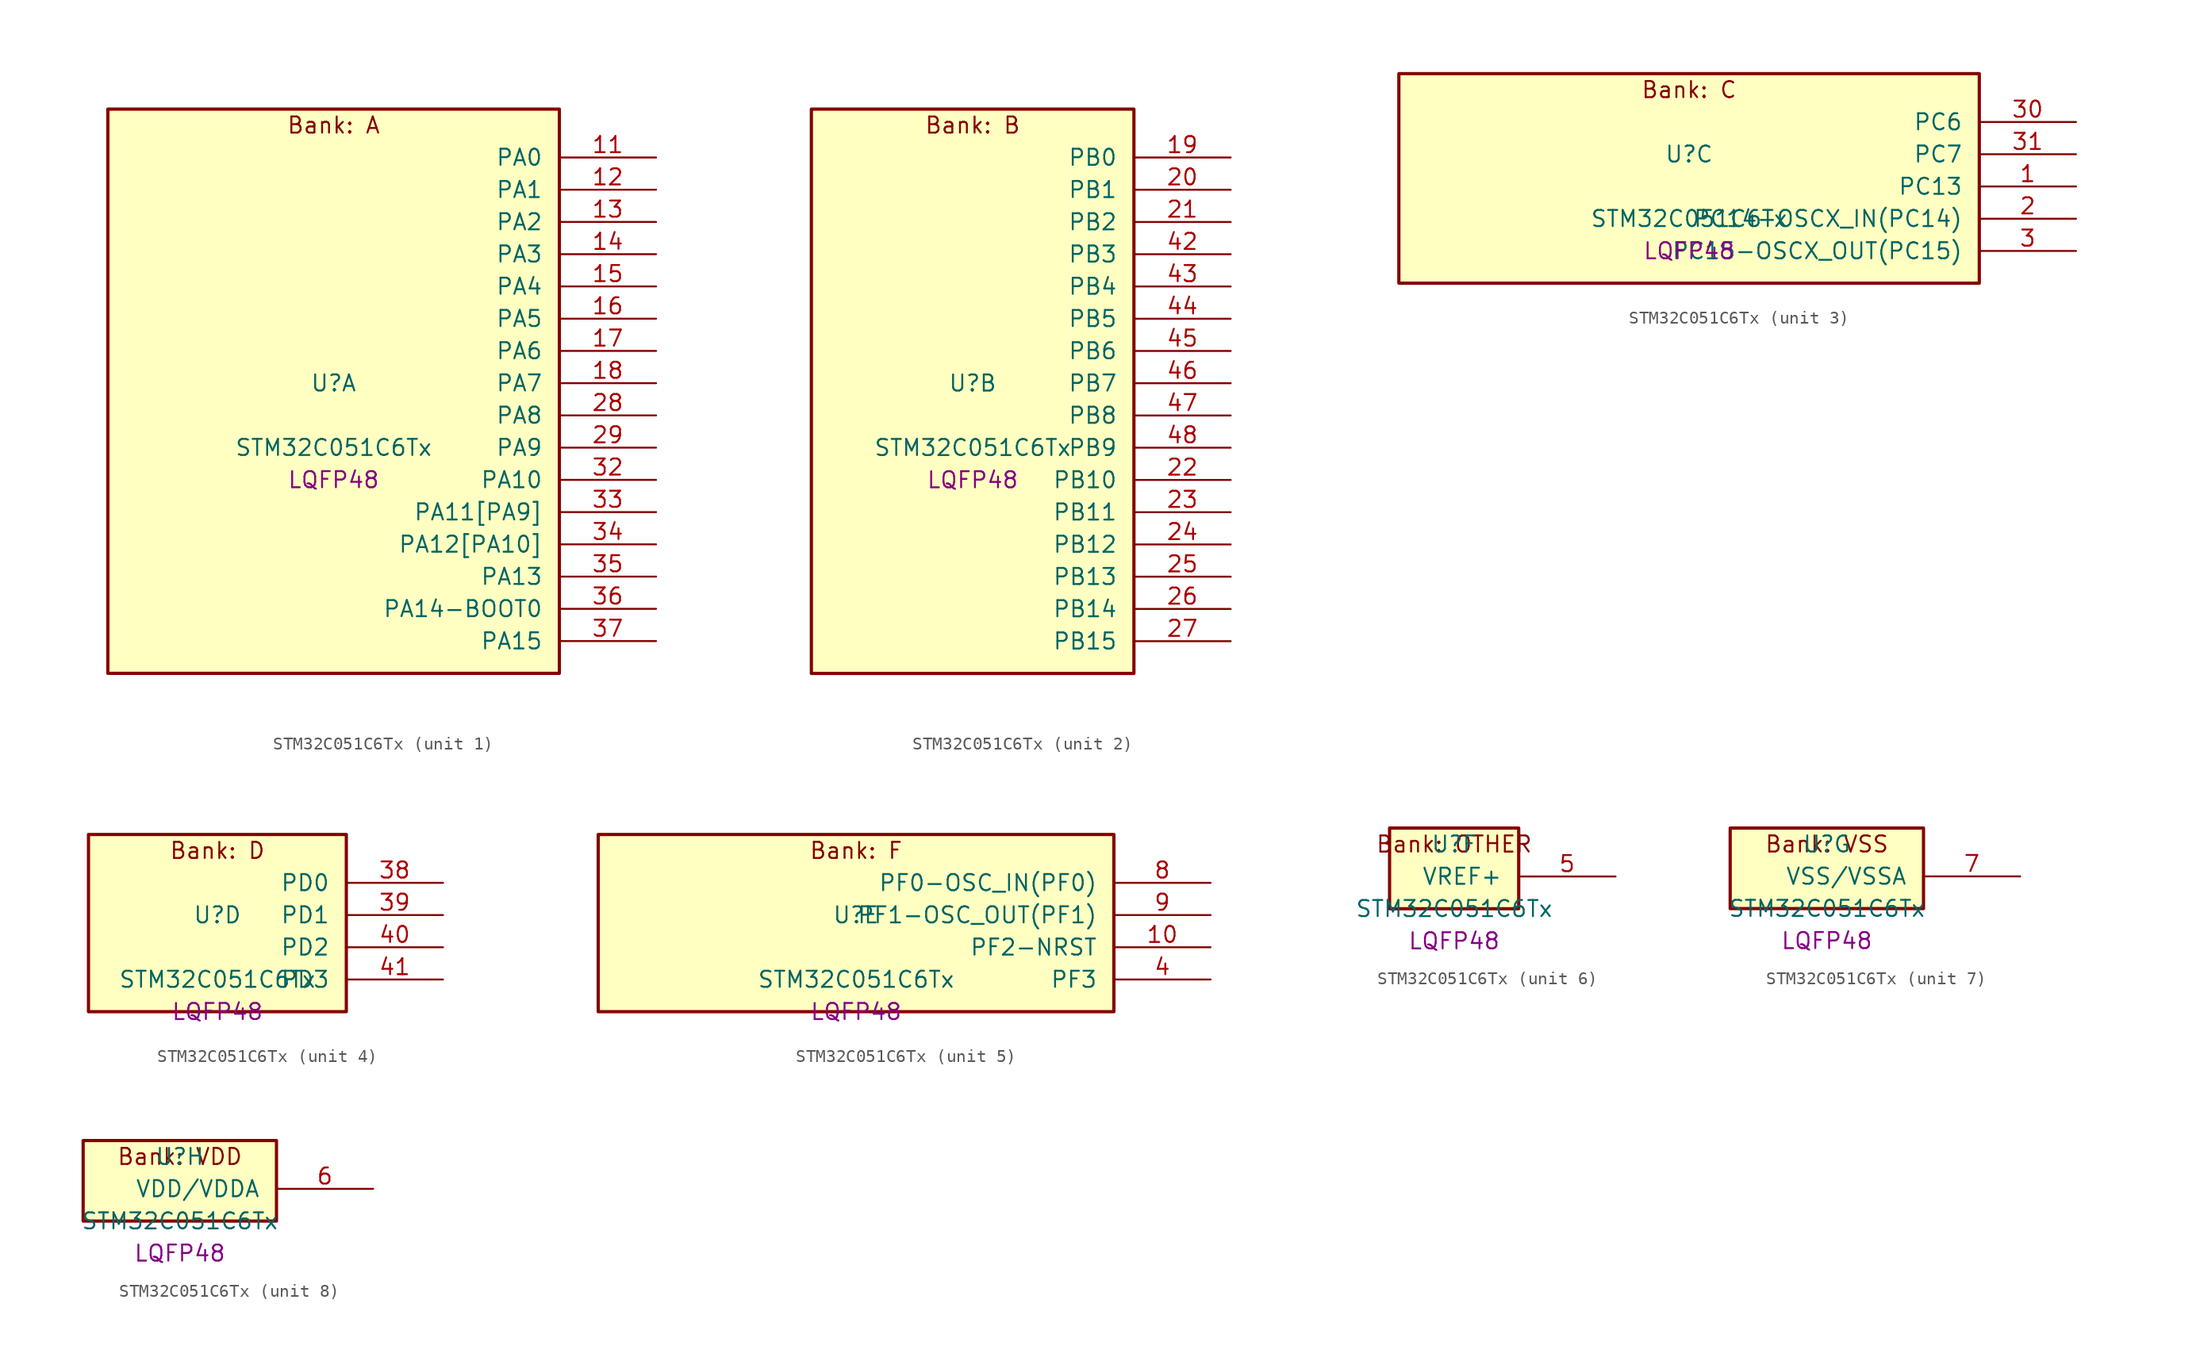
<source format=kicad_sym>
(kicad_symbol_lib
  (version 20241209)
  (generator "stm32_pkl_generator")
  (generator_version "1.0")
  (symbol "STM32C051C6Tx"
    (pin_names
      (offset 1.27))
    (property "Reference" "U"
      (at 0 2.54 0))
    (property "Value" "STM32C051C6Tx"
      (at 0 -2.54 0))
    (property "Footprint" "LQFP48"
      (at 0 -5.08 0))
    (symbol "STM32C051C6Tx_1_1"
      (rectangle (start -17.78 24.13) (end 17.78 -20.32) (stroke (width 0.254) (type solid)) (fill (type background)))
      (text "Bank: A" (at 0 22.86 0))
      (pin bidirectional line (at 25.4 20.32 180) (length 7.62) (name "PA0") (number "11") (alternate "PA0/ADC1_IN0" bidirectional line) (alternate "PA0/PWR_WKUP1" bidirectional line) (alternate "PA0/SPI2_SCK" bidirectional line) (alternate "PA0/TIM16_CH1" bidirectional line) (alternate "PA0/TIM1_CH1" bidirectional line) (alternate "PA0/TIM2_CH1" bidirectional line) (alternate "PA0/TIM2_ETR" bidirectional line) (alternate "PA0/USART1_TX" bidirectional line) (alternate "PA0/USART2_CTS" bidirectional line) (alternate "PA0/USART2_NSS" bidirectional line))
      (pin bidirectional line (at 25.4 17.78 180) (length 7.62) (name "PA1") (number "12") (alternate "PA1/ADC1_IN1" bidirectional line) (alternate "PA1/I2C1_SMBA" bidirectional line) (alternate "PA1/I2S1_CK" bidirectional line) (alternate "PA1/SPI1_SCK" bidirectional line) (alternate "PA1/TIM17_CH1" bidirectional line) (alternate "PA1/TIM1_CH2" bidirectional line) (alternate "PA1/TIM2_CH2" bidirectional line) (alternate "PA1/USART1_RX" bidirectional line) (alternate "PA1/USART2_CK" bidirectional line) (alternate "PA1/USART2_DE" bidirectional line) (alternate "PA1/USART2_RTS" bidirectional line))
      (pin bidirectional line (at 25.4 15.24 180) (length 7.62) (name "PA2") (number "13") (alternate "PA2/ADC1_IN2" bidirectional line) (alternate "PA2/I2S1_SD" bidirectional line) (alternate "PA2/PWR_WKUP4" bidirectional line) (alternate "PA2/RCC_LSCO" bidirectional line) (alternate "PA2/SPI1_MOSI" bidirectional line) (alternate "PA2/TIM16_CH1N" bidirectional line) (alternate "PA2/TIM1_CH3" bidirectional line) (alternate "PA2/TIM2_CH3" bidirectional line) (alternate "PA2/TIM3_ETR" bidirectional line) (alternate "PA2/USART2_TX" bidirectional line))
      (pin bidirectional line (at 25.4 12.7 180) (length 7.62) (name "PA3") (number "14") (alternate "PA3/ADC1_IN3" bidirectional line) (alternate "PA3/SPI2_MISO" bidirectional line) (alternate "PA3/TIM1_CH1N" bidirectional line) (alternate "PA3/TIM1_CH4" bidirectional line) (alternate "PA3/TIM2_CH4" bidirectional line) (alternate "PA3/USART2_RX" bidirectional line))
      (pin bidirectional line (at 25.4 10.16 180) (length 7.62) (name "PA4") (number "15") (alternate "PA4/ADC1_IN4" bidirectional line) (alternate "PA4/I2S1_WS" bidirectional line) (alternate "PA4/RTC_OUT2" bidirectional line) (alternate "PA4/SPI1_NSS" bidirectional line) (alternate "PA4/SPI2_MOSI" bidirectional line) (alternate "PA4/TIM14_CH1" bidirectional line) (alternate "PA4/TIM17_CH1N" bidirectional line) (alternate "PA4/TIM1_CH2N" bidirectional line) (alternate "PA4/USART2_TX" bidirectional line))
      (pin bidirectional line (at 25.4 7.62 180) (length 7.62) (name "PA5") (number "16") (alternate "PA5/ADC1_IN5" bidirectional line) (alternate "PA5/I2S1_CK" bidirectional line) (alternate "PA5/SPI1_SCK" bidirectional line) (alternate "PA5/TIM1_CH1" bidirectional line) (alternate "PA5/TIM1_CH3N" bidirectional line) (alternate "PA5/TIM2_CH1" bidirectional line) (alternate "PA5/TIM2_ETR" bidirectional line) (alternate "PA5/USART2_RX" bidirectional line))
      (pin bidirectional line (at 25.4 5.08 180) (length 7.62) (name "PA6") (number "17") (alternate "PA6/ADC1_IN6" bidirectional line) (alternate "PA6/I2C2_SDA" bidirectional line) (alternate "PA6/I2S1_MCK" bidirectional line) (alternate "PA6/SPI1_MISO" bidirectional line) (alternate "PA6/TIM16_CH1" bidirectional line) (alternate "PA6/TIM1_BKIN" bidirectional line) (alternate "PA6/TIM3_CH1" bidirectional line) (alternate "PA6/USART1_TX" bidirectional line))
      (pin bidirectional line (at 25.4 2.54 180) (length 7.62) (name "PA7") (number "18") (alternate "PA7/ADC1_IN7" bidirectional line) (alternate "PA7/I2C2_SCL" bidirectional line) (alternate "PA7/I2S1_SD" bidirectional line) (alternate "PA7/SPI1_MOSI" bidirectional line) (alternate "PA7/TIM14_CH1" bidirectional line) (alternate "PA7/TIM17_CH1" bidirectional line) (alternate "PA7/TIM1_CH1N" bidirectional line) (alternate "PA7/TIM3_CH2" bidirectional line) (alternate "PA7/USART1_RX" bidirectional line))
      (pin bidirectional line (at 25.4 0 180) (length 7.62) (name "PA8") (number "28") (alternate "PA8/ADC1_IN8" bidirectional line) (alternate "PA8/I2S1_WS" bidirectional line) (alternate "PA8/RCC_MCO" bidirectional line) (alternate "PA8/RCC_MCO_2" bidirectional line) (alternate "PA8/SPI1_NSS" bidirectional line) (alternate "PA8/SPI2_MISO" bidirectional line) (alternate "PA8/SPI2_NSS" bidirectional line) (alternate "PA8/TIM14_CH1" bidirectional line) (alternate "PA8/TIM1_CH1" bidirectional line) (alternate "PA8/TIM1_CH2N" bidirectional line) (alternate "PA8/TIM1_CH3N" bidirectional line) (alternate "PA8/TIM3_CH3" bidirectional line) (alternate "PA8/TIM3_CH4" bidirectional line) (alternate "PA8/USART1_RX" bidirectional line) (alternate "PA8/USART2_TX" bidirectional line))
      (pin bidirectional line (at 25.4 -2.54 180) (length 7.62) (name "PA9") (number "29") (alternate "PA9/I2C1_SCL" bidirectional line) (alternate "PA9/I2C2_SCL" bidirectional line) (alternate "PA9/RCC_MCO" bidirectional line) (alternate "PA9/SPI2_MISO" bidirectional line) (alternate "PA9/TIM1_CH2" bidirectional line) (alternate "PA9/TIM3_ETR" bidirectional line) (alternate "PA9/USART1_TX" bidirectional line) (alternate "PA9/NC" bidirectional line))
      (pin bidirectional line (at 25.4 -5.08 180) (length 7.62) (name "PA10") (number "32") (alternate "PA10/I2C1_SDA" bidirectional line) (alternate "PA10/I2C2_SDA" bidirectional line) (alternate "PA10/RCC_MCO_2" bidirectional line) (alternate "PA10/SPI2_MOSI" bidirectional line) (alternate "PA10/TIM17_BKIN" bidirectional line) (alternate "PA10/TIM1_CH3" bidirectional line) (alternate "PA10/USART1_RX" bidirectional line) (alternate "PA10/NC" bidirectional line))
      (pin bidirectional line (at 25.4 -7.62 180) (length 7.62) (name "PA11[PA9]") (number "33") (alternate "PA11[PA9]/ADC1_EXTI11" bidirectional line) (alternate "PA11[PA9]/ADC1_IN11" bidirectional line) (alternate "PA11[PA9]/I2C2_SCL" bidirectional line) (alternate "PA11[PA9]/I2S1_MCK" bidirectional line) (alternate "PA11[PA9]/SPI1_MISO" bidirectional line) (alternate "PA11[PA9]/TIM1_BKIN2" bidirectional line) (alternate "PA11[PA9]/TIM1_CH4" bidirectional line) (alternate "PA11[PA9]/USART1_CTS" bidirectional line) (alternate "PA11[PA9]/USART1_NSS" bidirectional line) (alternate "PA11[PA9]/PA9[PA11]" bidirectional line) (alternate "PA11[PA9]/I2C1_SCL" bidirectional line) (alternate "PA11[PA9]/RCC_MCO" bidirectional line) (alternate "PA11[PA9]/SPI2_MISO" bidirectional line) (alternate "PA11[PA9]/TIM1_CH2" bidirectional line) (alternate "PA11[PA9]/TIM3_ETR" bidirectional line) (alternate "PA11[PA9]/USART1_TX" bidirectional line))
      (pin bidirectional line (at 25.4 -10.16 180) (length 7.62) (name "PA12[PA10]") (number "34") (alternate "PA12[PA10]/ADC1_IN12" bidirectional line) (alternate "PA12[PA10]/I2C2_SDA" bidirectional line) (alternate "PA12[PA10]/I2S1_SD" bidirectional line) (alternate "PA12[PA10]/I2S_CKIN" bidirectional line) (alternate "PA12[PA10]/SPI1_MOSI" bidirectional line) (alternate "PA12[PA10]/TIM1_ETR" bidirectional line) (alternate "PA12[PA10]/USART1_CK" bidirectional line) (alternate "PA12[PA10]/USART1_DE" bidirectional line) (alternate "PA12[PA10]/USART1_RTS" bidirectional line) (alternate "PA12[PA10]/PA10[PA12]" bidirectional line) (alternate "PA12[PA10]/I2C1_SDA" bidirectional line) (alternate "PA12[PA10]/RCC_MCO_2" bidirectional line) (alternate "PA12[PA10]/SPI2_MOSI" bidirectional line) (alternate "PA12[PA10]/TIM17_BKIN" bidirectional line) (alternate "PA12[PA10]/TIM1_CH3" bidirectional line) (alternate "PA12[PA10]/USART1_RX" bidirectional line))
      (pin bidirectional line (at 25.4 -12.7 180) (length 7.62) (name "PA13") (number "35") (alternate "PA13/ADC1_IN13" bidirectional line) (alternate "PA13/DEBUG_SWDIO" bidirectional line) (alternate "PA13/IR_OUT" bidirectional line) (alternate "PA13/TIM3_ETR" bidirectional line) (alternate "PA13/USART2_RX" bidirectional line))
      (pin bidirectional line (at 25.4 -15.24 180) (length 7.62) (name "PA14-BOOT0") (number "36") (alternate "PA14-BOOT0/ADC1_IN14" bidirectional line) (alternate "PA14-BOOT0/BOOT0" bidirectional line) (alternate "PA14-BOOT0/DEBUG_SWCLK" bidirectional line) (alternate "PA14-BOOT0/I2S1_WS" bidirectional line) (alternate "PA14-BOOT0/RCC_MCO_2" bidirectional line) (alternate "PA14-BOOT0/SPI1_NSS" bidirectional line) (alternate "PA14-BOOT0/TIM1_CH1" bidirectional line) (alternate "PA14-BOOT0/USART1_CK" bidirectional line) (alternate "PA14-BOOT0/USART1_DE" bidirectional line) (alternate "PA14-BOOT0/USART1_RTS" bidirectional line) (alternate "PA14-BOOT0/USART2_RX" bidirectional line) (alternate "PA14-BOOT0/USART2_TX" bidirectional line))
      (pin bidirectional line (at 25.4 -17.78 180) (length 7.62) (name "PA15") (number "37") (alternate "PA15/I2S1_WS" bidirectional line) (alternate "PA15/RCC_MCO_2" bidirectional line) (alternate "PA15/SPI1_NSS" bidirectional line) (alternate "PA15/TIM1_CH1" bidirectional line) (alternate "PA15/TIM2_CH1" bidirectional line) (alternate "PA15/TIM2_ETR" bidirectional line) (alternate "PA15/USART1_CK" bidirectional line) (alternate "PA15/USART1_DE" bidirectional line) (alternate "PA15/USART1_RTS" bidirectional line) (alternate "PA15/USART2_RX" bidirectional line)))
    (symbol "STM32C051C6Tx_2_1"
      (rectangle (start -12.7 24.13) (end 12.7 -20.32) (stroke (width 0.254) (type solid)) (fill (type background)))
      (text "Bank: B" (at 0 22.86 0))
      (pin bidirectional line (at 20.32 20.32 180) (length 7.62) (name "PB0") (number "19") (alternate "PB0/ADC1_IN17" bidirectional line) (alternate "PB0/I2S1_WS" bidirectional line) (alternate "PB0/SPI1_NSS" bidirectional line) (alternate "PB0/TIM1_CH2N" bidirectional line) (alternate "PB0/TIM3_CH3" bidirectional line))
      (pin bidirectional line (at 20.32 17.78 180) (length 7.62) (name "PB1") (number "20") (alternate "PB1/ADC1_IN18" bidirectional line) (alternate "PB1/TIM14_CH1" bidirectional line) (alternate "PB1/TIM1_CH2N" bidirectional line) (alternate "PB1/TIM1_CH3N" bidirectional line) (alternate "PB1/TIM3_CH4" bidirectional line))
      (pin bidirectional line (at 20.32 15.24 180) (length 7.62) (name "PB2") (number "21") (alternate "PB2/ADC1_IN19" bidirectional line) (alternate "PB2/RCC_MCO_2" bidirectional line) (alternate "PB2/SPI2_MISO" bidirectional line) (alternate "PB2/USART1_RX" bidirectional line))
      (pin bidirectional line (at 20.32 12.7 180) (length 7.62) (name "PB3") (number "42") (alternate "PB3/I2C2_SCL" bidirectional line) (alternate "PB3/I2S1_CK" bidirectional line) (alternate "PB3/SPI1_SCK" bidirectional line) (alternate "PB3/TIM1_CH2" bidirectional line) (alternate "PB3/TIM2_CH2" bidirectional line) (alternate "PB3/TIM3_CH2" bidirectional line) (alternate "PB3/USART1_CK" bidirectional line) (alternate "PB3/USART1_DE" bidirectional line) (alternate "PB3/USART1_RTS" bidirectional line))
      (pin bidirectional line (at 20.32 10.16 180) (length 7.62) (name "PB4") (number "43") (alternate "PB4/I2C2_SDA" bidirectional line) (alternate "PB4/I2S1_MCK" bidirectional line) (alternate "PB4/SPI1_MISO" bidirectional line) (alternate "PB4/TIM17_BKIN" bidirectional line) (alternate "PB4/TIM3_CH1" bidirectional line) (alternate "PB4/USART1_CTS" bidirectional line) (alternate "PB4/USART1_NSS" bidirectional line))
      (pin bidirectional line (at 20.32 7.62 180) (length 7.62) (name "PB5") (number "44") (alternate "PB5/I2C1_SMBA" bidirectional line) (alternate "PB5/I2S1_SD" bidirectional line) (alternate "PB5/PWR_WKUP6" bidirectional line) (alternate "PB5/SPI1_MOSI" bidirectional line) (alternate "PB5/TIM16_BKIN" bidirectional line) (alternate "PB5/TIM3_CH2" bidirectional line) (alternate "PB5/TIM3_CH3" bidirectional line))
      (pin bidirectional line (at 20.32 5.08 180) (length 7.62) (name "PB6") (number "45") (alternate "PB6/I2C1_SCL" bidirectional line) (alternate "PB6/I2C1_SMBA" bidirectional line) (alternate "PB6/I2S1_CK" bidirectional line) (alternate "PB6/I2S1_MCK" bidirectional line) (alternate "PB6/I2S1_SD" bidirectional line) (alternate "PB6/PWR_WKUP3" bidirectional line) (alternate "PB6/SPI1_MISO" bidirectional line) (alternate "PB6/SPI1_MOSI" bidirectional line) (alternate "PB6/SPI1_SCK" bidirectional line) (alternate "PB6/SPI2_MISO" bidirectional line) (alternate "PB6/TIM16_BKIN" bidirectional line) (alternate "PB6/TIM16_CH1N" bidirectional line) (alternate "PB6/TIM17_BKIN" bidirectional line) (alternate "PB6/TIM1_CH2" bidirectional line) (alternate "PB6/TIM1_CH3" bidirectional line) (alternate "PB6/TIM3_CH1" bidirectional line) (alternate "PB6/TIM3_CH2" bidirectional line) (alternate "PB6/TIM3_CH3" bidirectional line) (alternate "PB6/USART1_CTS" bidirectional line) (alternate "PB6/USART1_NSS" bidirectional line) (alternate "PB6/USART1_TX" bidirectional line))
      (pin bidirectional line (at 20.32 2.54 180) (length 7.62) (name "PB7") (number "46") (alternate "PB7/I2C1_SCL" bidirectional line) (alternate "PB7/I2C1_SDA" bidirectional line) (alternate "PB7/SPI2_MOSI" bidirectional line) (alternate "PB7/TIM16_CH1" bidirectional line) (alternate "PB7/TIM17_CH1N" bidirectional line) (alternate "PB7/TIM1_CH1" bidirectional line) (alternate "PB7/TIM1_CH4" bidirectional line) (alternate "PB7/TIM3_CH1" bidirectional line) (alternate "PB7/TIM3_CH4" bidirectional line) (alternate "PB7/USART1_RX" bidirectional line) (alternate "PB7/USART2_CTS" bidirectional line) (alternate "PB7/USART2_NSS" bidirectional line))
      (pin bidirectional line (at 20.32 0 180) (length 7.62) (name "PB8") (number "47") (alternate "PB8/I2C1_SCL" bidirectional line) (alternate "PB8/SPI2_SCK" bidirectional line) (alternate "PB8/TIM16_CH1" bidirectional line) (alternate "PB8/TIM3_CH1" bidirectional line) (alternate "PB8/USART2_CTS" bidirectional line) (alternate "PB8/USART2_NSS" bidirectional line))
      (pin bidirectional line (at 20.32 -2.54 180) (length 7.62) (name "PB9") (number "48") (alternate "PB9/I2C1_SDA" bidirectional line) (alternate "PB9/IR_OUT" bidirectional line) (alternate "PB9/SPI2_NSS" bidirectional line) (alternate "PB9/TIM17_CH1" bidirectional line) (alternate "PB9/TIM3_CH2" bidirectional line) (alternate "PB9/USART2_CK" bidirectional line) (alternate "PB9/USART2_DE" bidirectional line) (alternate "PB9/USART2_RTS" bidirectional line))
      (pin bidirectional line (at 20.32 -5.08 180) (length 7.62) (name "PB10") (number "22") (alternate "PB10/ADC1_IN20" bidirectional line) (alternate "PB10/I2C2_SCL" bidirectional line) (alternate "PB10/SPI2_SCK" bidirectional line) (alternate "PB10/TIM2_CH3" bidirectional line))
      (pin bidirectional line (at 20.32 -7.62 180) (length 7.62) (name "PB11") (number "23") (alternate "PB11/ADC1_EXTI11" bidirectional line) (alternate "PB11/ADC1_IN21" bidirectional line) (alternate "PB11/I2C2_SDA" bidirectional line) (alternate "PB11/SPI2_MOSI" bidirectional line) (alternate "PB11/TIM2_CH4" bidirectional line))
      (pin bidirectional line (at 20.32 -10.16 180) (length 7.62) (name "PB12") (number "24") (alternate "PB12/ADC1_IN22" bidirectional line) (alternate "PB12/SPI2_NSS" bidirectional line) (alternate "PB12/TIM1_BKIN" bidirectional line) (alternate "PB12/TIM1_BKIN2" bidirectional line))
      (pin bidirectional line (at 20.32 -12.7 180) (length 7.62) (name "PB13") (number "25") (alternate "PB13/I2C2_SCL" bidirectional line) (alternate "PB13/SPI2_SCK" bidirectional line) (alternate "PB13/TIM1_CH1N" bidirectional line))
      (pin bidirectional line (at 20.32 -15.24 180) (length 7.62) (name "PB14") (number "26") (alternate "PB14/I2C2_SDA" bidirectional line) (alternate "PB14/SPI2_MISO" bidirectional line) (alternate "PB14/TIM1_CH2N" bidirectional line))
      (pin bidirectional line (at 20.32 -17.78 180) (length 7.62) (name "PB15") (number "27") (alternate "PB15/RTC_REFIN" bidirectional line) (alternate "PB15/SPI2_MOSI" bidirectional line) (alternate "PB15/TIM1_CH3N" bidirectional line)))
    (symbol "STM32C051C6Tx_3_1"
      (rectangle (start -22.86 8.89) (end 22.86 -7.62) (stroke (width 0.254) (type solid)) (fill (type background)))
      (text "Bank: C" (at 0 7.62 0))
      (pin bidirectional line (at 30.48 5.08 180) (length 7.62) (name "PC6") (number "30") (alternate "PC6/TIM2_CH3" bidirectional line) (alternate "PC6/TIM3_CH1" bidirectional line))
      (pin bidirectional line (at 30.48 2.54 180) (length 7.62) (name "PC7") (number "31") (alternate "PC7/TIM2_CH4" bidirectional line) (alternate "PC7/TIM3_CH2" bidirectional line))
      (pin bidirectional line (at 30.48 0 180) (length 7.62) (name "PC13") (number "1") (alternate "PC13/PWR_WKUP2" bidirectional line) (alternate "PC13/RTC_OUT1" bidirectional line) (alternate "PC13/RTC_TS" bidirectional line) (alternate "PC13/TIM1_BKIN" bidirectional line) (alternate "PC13/TIM1_ETR" bidirectional line))
      (pin bidirectional line (at 30.48 -2.54 180) (length 7.62) (name "PC14-OSCX_IN(PC14)") (number "2") (alternate "PC14-OSCX_IN(PC14)/I2C1_SDA" bidirectional line) (alternate "PC14-OSCX_IN(PC14)/IR_OUT" bidirectional line) (alternate "PC14-OSCX_IN(PC14)/RCC_OSCX_IN" bidirectional line) (alternate "PC14-OSCX_IN(PC14)/SPI2_NSS" bidirectional line) (alternate "PC14-OSCX_IN(PC14)/TIM17_CH1" bidirectional line) (alternate "PC14-OSCX_IN(PC14)/TIM1_BKIN2" bidirectional line) (alternate "PC14-OSCX_IN(PC14)/TIM1_ETR" bidirectional line) (alternate "PC14-OSCX_IN(PC14)/TIM3_CH2" bidirectional line) (alternate "PC14-OSCX_IN(PC14)/USART1_RX" bidirectional line) (alternate "PC14-OSCX_IN(PC14)/USART1_TX" bidirectional line) (alternate "PC14-OSCX_IN(PC14)/USART2_CK" bidirectional line) (alternate "PC14-OSCX_IN(PC14)/USART2_DE" bidirectional line) (alternate "PC14-OSCX_IN(PC14)/USART2_RTS" bidirectional line))
      (pin bidirectional line (at 30.48 -5.08 180) (length 7.62) (name "PC15-OSCX_OUT(PC15)") (number "3") (alternate "PC15-OSCX_OUT(PC15)/RCC_OSC32_EN" bidirectional line) (alternate "PC15-OSCX_OUT(PC15)/RCC_OSCX_OUT" bidirectional line) (alternate "PC15-OSCX_OUT(PC15)/RCC_OSC_EN" bidirectional line) (alternate "PC15-OSCX_OUT(PC15)/TIM1_CH2" bidirectional line) (alternate "PC15-OSCX_OUT(PC15)/TIM1_ETR" bidirectional line) (alternate "PC15-OSCX_OUT(PC15)/TIM3_CH3" bidirectional line)))
    (symbol "STM32C051C6Tx_4_1"
      (rectangle (start -10.16 8.89) (end 10.16 -5.08) (stroke (width 0.254) (type solid)) (fill (type background)))
      (text "Bank: D" (at 0 7.62 0))
      (pin bidirectional line (at 17.78 5.08 180) (length 7.62) (name "PD0") (number "38") (alternate "PD0/SPI2_NSS" bidirectional line) (alternate "PD0/TIM16_CH1" bidirectional line))
      (pin bidirectional line (at 17.78 2.54 180) (length 7.62) (name "PD1") (number "39") (alternate "PD1/SPI2_SCK" bidirectional line) (alternate "PD1/TIM17_CH1" bidirectional line))
      (pin bidirectional line (at 17.78 0 180) (length 7.62) (name "PD2") (number "40") (alternate "PD2/TIM1_CH1N" bidirectional line) (alternate "PD2/TIM3_ETR" bidirectional line))
      (pin bidirectional line (at 17.78 -2.54 180) (length 7.62) (name "PD3") (number "41") (alternate "PD3/SPI2_MISO" bidirectional line) (alternate "PD3/TIM1_CH2N" bidirectional line) (alternate "PD3/USART2_CTS" bidirectional line) (alternate "PD3/USART2_NSS" bidirectional line)))
    (symbol "STM32C051C6Tx_5_1"
      (rectangle (start -20.32 8.89) (end 20.32 -5.08) (stroke (width 0.254) (type solid)) (fill (type background)))
      (text "Bank: F" (at 0 7.62 0))
      (pin bidirectional line (at 27.94 5.08 180) (length 7.62) (name "PF0-OSC_IN(PF0)") (number "8") (alternate "PF0-OSC_IN(PF0)/RCC_OSC_IN" bidirectional line) (alternate "PF0-OSC_IN(PF0)/TIM14_CH1" bidirectional line))
      (pin bidirectional line (at 27.94 2.54 180) (length 7.62) (name "PF1-OSC_OUT(PF1)") (number "9") (alternate "PF1-OSC_OUT(PF1)/RCC_OSC_EN" bidirectional line) (alternate "PF1-OSC_OUT(PF1)/RCC_OSC_OUT" bidirectional line))
      (pin bidirectional line (at 27.94 0 180) (length 7.62) (name "PF2-NRST") (number "10") (alternate "PF2-NRST/RCC_MCO" bidirectional line) (alternate "PF2-NRST/TIM1_CH4" bidirectional line))
      (pin bidirectional line (at 27.94 -2.54 180) (length 7.62) (name "PF3") (number "4")))
    (symbol "STM32C051C6Tx_6_1"
      (rectangle (start -5.08 3.81) (end 5.08 -2.54) (stroke (width 0.254) (type solid)) (fill (type background)))
      (text "Bank: OTHER" (at 0 2.54 0))
      (pin bidirectional line (at 12.7 0 180) (length 7.62) (name "VREF+") (number "5")))
    (symbol "STM32C051C6Tx_7_1"
      (rectangle (start -7.62 3.81) (end 7.62 -2.54) (stroke (width 0.254) (type solid)) (fill (type background)))
      (text "Bank: VSS" (at 0 2.54 0))
      (pin power_in line (at 15.24 0 180) (length 7.62) (name "VSS/VSSA") (number "7")))
    (symbol "STM32C051C6Tx_8_1"
      (rectangle (start -7.62 3.81) (end 7.62 -2.54) (stroke (width 0.254) (type solid)) (fill (type background)))
      (text "Bank: VDD" (at 0 2.54 0))
      (pin power_in line (at 15.24 0 180) (length 7.62) (name "VDD/VDDA") (number "6")))))
</source>
